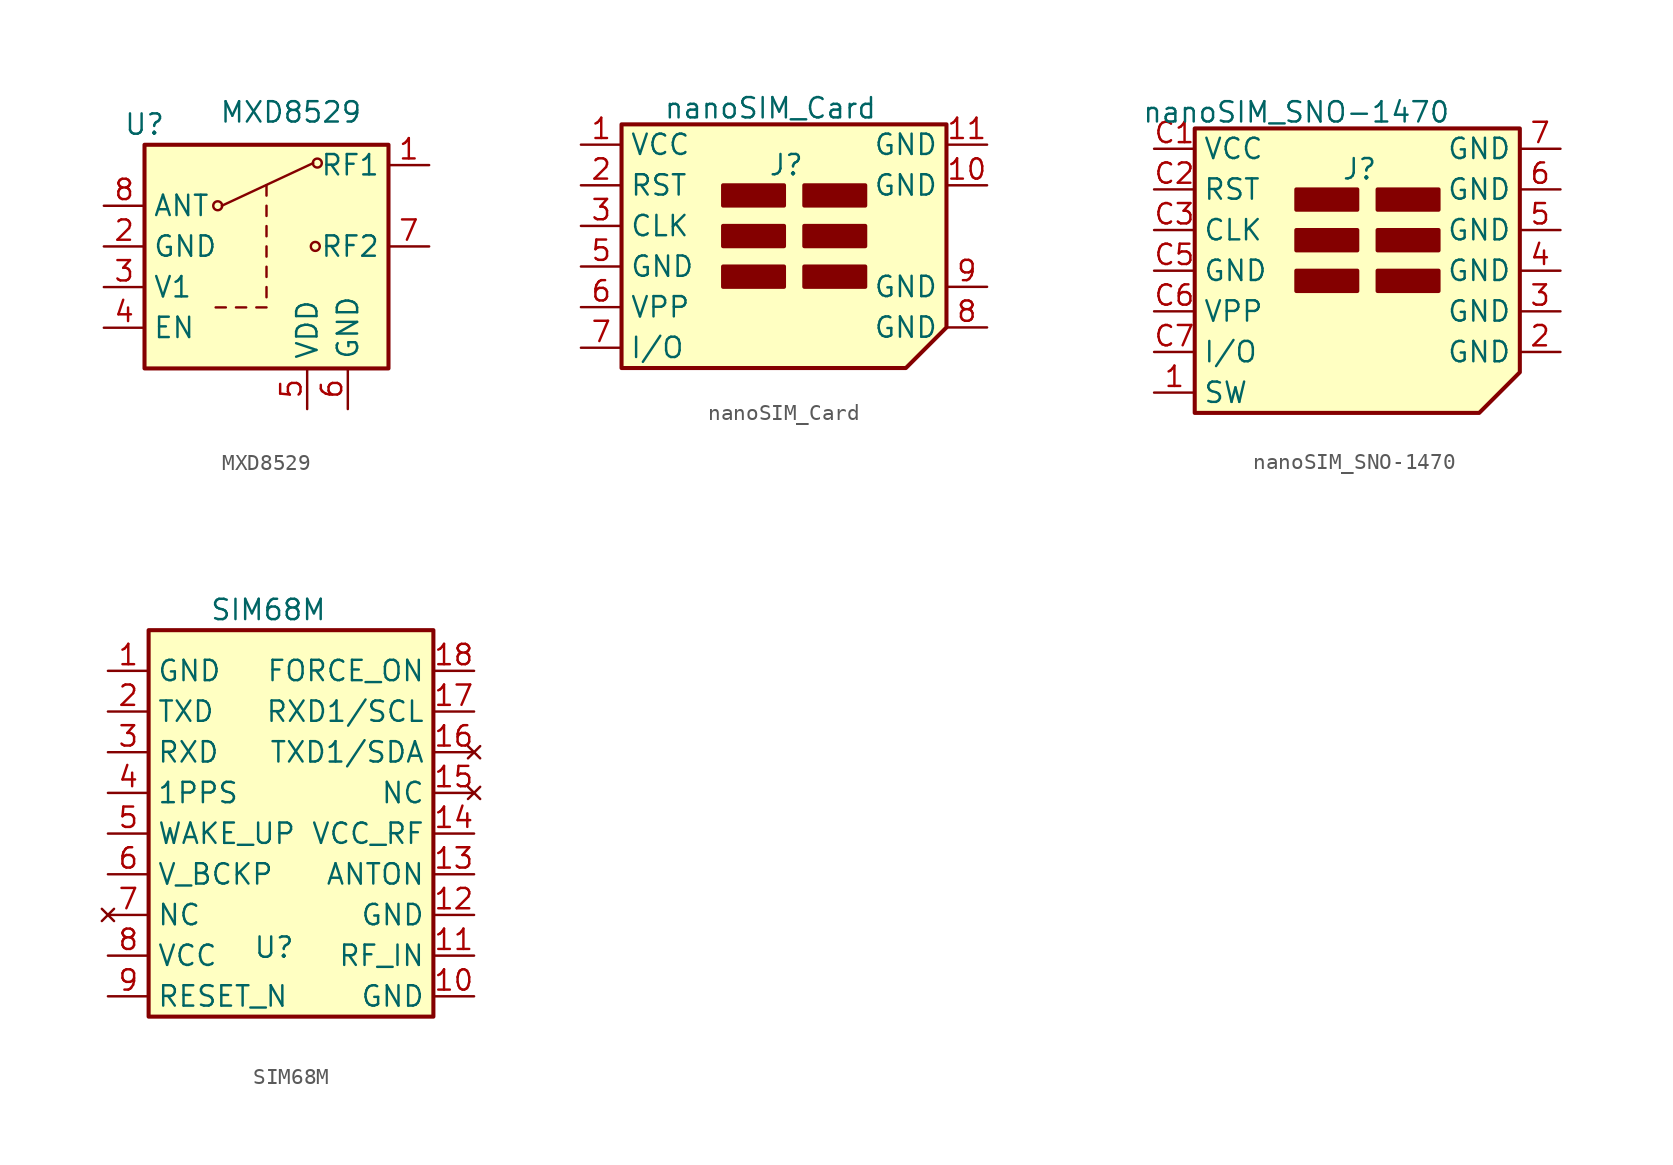
<source format=kicad_sym>
(kicad_symbol_lib
  (version 20241209)
  (generator "kicad_symbol_editor")
  (generator_version "9.0")
  (symbol "MXD8529"
    (property "Reference" "U"
      (at -7.62 7.62 0)
      (effects (font (size 1.27 1.27))))
    (property "Value" "MXD8529"
      (at 1.524 8.382 0)
      (effects (font (size 1.27 1.27))))
    (symbol "MXD8529_0_1"
      (rectangle (start -7.62 6.35) (end 7.62 -7.62) (stroke (width 0.254) (type default)) (fill (type background)))
      (polyline (pts (xy -3.175 -3.81) (xy -2.54 -3.81)) (stroke (width 0) (type default)) (fill (type none)))
      (circle (center -3.048 2.54) (radius 0.279) (stroke (width 0) (type default)) (fill (type none)))
      (polyline (pts (xy -2.794 2.54) (xy 2.921 5.207)) (stroke (width 0) (type default)) (fill (type none)))
      (polyline (pts (xy -1.905 -3.81) (xy -1.27 -3.81)) (stroke (width 0) (type default)) (fill (type none)))
      (polyline (pts (xy -0.635 -3.81) (xy 0 -3.81)) (stroke (width 0) (type default)) (fill (type none)))
      (polyline (pts (xy 0 3.175) (xy 0 3.81)) (stroke (width 0) (type default)) (fill (type none)))
      (polyline (pts (xy 0 1.905) (xy 0 2.54)) (stroke (width 0) (type default)) (fill (type none)))
      (polyline (pts (xy 0 0.635) (xy 0 1.27)) (stroke (width 0) (type default)) (fill (type none)))
      (polyline (pts (xy 0 -0.635) (xy 0 0)) (stroke (width 0) (type default)) (fill (type none)))
      (polyline (pts (xy 0 -1.905) (xy 0 -1.27)) (stroke (width 0) (type default)) (fill (type none)))
      (polyline (pts (xy 0 -3.175) (xy 0 -2.54)) (stroke (width 0) (type default)) (fill (type none)))
      (circle (center 3.048 0) (radius 0.279) (stroke (width 0) (type default)) (fill (type none)))
      (circle (center 3.175 5.207) (radius 0.279) (stroke (width 0) (type default)) (fill (type none))))
    (symbol "MXD8529_1_1"
      (pin passive line (at -10.16 2.54 0) (length 2.54) (name "ANT" (effects (font (size 1.27 1.27)))) (number "8" (effects (font (size 1.27 1.27)))))
      (pin power_in line (at -10.16 0 0) (length 2.54) (name "GND" (effects (font (size 1.27 1.27)))) (number "2" (effects (font (size 1.27 1.27)))))
      (pin input line (at -10.16 -2.54 0) (length 2.54) (name "V1" (effects (font (size 1.27 1.27)))) (number "3" (effects (font (size 1.27 1.27)))))
      (pin input line (at -10.16 -5.08 0) (length 2.54) (name "EN" (effects (font (size 1.27 1.27)))) (number "4" (effects (font (size 1.27 1.27)))))
      (pin power_in line (at 2.54 -10.16 90) (length 2.54) (name "VDD" (effects (font (size 1.27 1.27)))) (number "5" (effects (font (size 1.27 1.27)))))
      (pin power_in line (at 5.08 -10.16 90) (length 2.54) (name "GND" (effects (font (size 1.27 1.27)))) (number "6" (effects (font (size 1.27 1.27)))))
      (pin passive line (at 10.16 5.08 180) (length 2.54) (name "RF1" (effects (font (size 1.27 1.27)))) (number "1" (effects (font (size 1.27 1.27)))))
      (pin passive line (at 10.16 0 180) (length 2.54) (name "RF2" (effects (font (size 1.27 1.27)))) (number "7" (effects (font (size 1.27 1.27)))))))
  (symbol "nanoSIM_Card"
    (property "Reference" "J"
      (at 1.27 6.35 0)
      (effects (font (size 1.27 1.27)) (justify right)))
    (property "Value" "nanoSIM_Card"
      (at 5.842 9.906 0)
      (effects (font (size 1.27 1.27)) (justify right)))
    (symbol "nanoSIM_Card_0_1"
      (polyline (pts (xy -10.16 8.89) (xy 10.16 8.89) (xy 10.16 -3.81) (xy 7.62 -6.35) (xy -10.16 -6.35) (xy -10.16 8.89)) (stroke (width 0.254) (type default)) (fill (type background)))
      (rectangle (start -3.81 3.81) (end 0 5.08) (stroke (width 0.254) (type default)) (fill (type outline)))
      (rectangle (start -3.81 1.27) (end 0 2.54) (stroke (width 0.254) (type default)) (fill (type outline)))
      (rectangle (start -3.81 0) (end 0 -1.27) (stroke (width 0.254) (type default)) (fill (type outline)))
      (rectangle (start 1.27 3.81) (end 5.08 5.08) (stroke (width 0.254) (type default)) (fill (type outline)))
      (rectangle (start 1.27 2.54) (end 5.08 1.27) (stroke (width 0.254) (type default)) (fill (type outline)))
      (rectangle (start 1.27 0) (end 5.08 -1.27) (stroke (width 0.254) (type default)) (fill (type outline))))
    (symbol "nanoSIM_Card_1_1"
      (pin power_in line (at -12.7 7.62 0) (length 2.54) (name "VCC" (effects (font (size 1.27 1.27)))) (number "1" (effects (font (size 1.27 1.27)))))
      (pin input line (at -12.7 5.08 0) (length 2.54) (name "RST" (effects (font (size 1.27 1.27)))) (number "2" (effects (font (size 1.27 1.27)))))
      (pin input line (at -12.7 2.54 0) (length 2.54) (name "CLK" (effects (font (size 1.27 1.27)))) (number "3" (effects (font (size 1.27 1.27)))))
      (pin power_in line (at -12.7 0 0) (length 2.54) (name "GND" (effects (font (size 1.27 1.27)))) (number "5" (effects (font (size 1.27 1.27)))))
      (pin input line (at -12.7 -2.54 0) (length 2.54) (name "VPP" (effects (font (size 1.27 1.27)))) (number "6" (effects (font (size 1.27 1.27)))))
      (pin bidirectional line (at -12.7 -5.08 0) (length 2.54) (name "I/O" (effects (font (size 1.27 1.27)))) (number "7" (effects (font (size 1.27 1.27)))))
      (pin power_in line (at 12.7 7.62 180) (length 2.54) (name "GND" (effects (font (size 1.27 1.27)))) (number "11" (effects (font (size 1.27 1.27)))))
      (pin power_in line (at 12.7 5.08 180) (length 2.54) (name "GND" (effects (font (size 1.27 1.27)))) (number "10" (effects (font (size 1.27 1.27)))))
      (pin power_in line (at 12.7 -1.27 180) (length 2.54) (name "GND" (effects (font (size 1.27 1.27)))) (number "9" (effects (font (size 1.27 1.27)))))
      (pin power_in line (at 12.7 -3.81 180) (length 2.54) (name "GND" (effects (font (size 1.27 1.27)))) (number "8" (effects (font (size 1.27 1.27)))))))
  (symbol "nanoSIM_SNO-1470"
    (property "Reference" "J"
      (at 1.27 6.35 0)
      (effects (font (size 1.27 1.27)) (justify right)))
    (property "Value" "nanoSIM_SNO-1470"
      (at 5.842 9.906 0)
      (effects (font (size 1.27 1.27)) (justify right)))
    (symbol "nanoSIM_SNO-1470_0_1"
      (polyline (pts (xy -10.16 8.89) (xy 10.16 8.89) (xy 10.16 -6.35) (xy 7.62 -8.89) (xy -10.16 -8.89) (xy -10.16 8.89)) (stroke (width 0.254) (type default)) (fill (type background)))
      (rectangle (start -3.81 3.81) (end 0 5.08) (stroke (width 0.254) (type default)) (fill (type outline)))
      (rectangle (start -3.81 1.27) (end 0 2.54) (stroke (width 0.254) (type default)) (fill (type outline)))
      (rectangle (start -3.81 0) (end 0 -1.27) (stroke (width 0.254) (type default)) (fill (type outline)))
      (rectangle (start 1.27 3.81) (end 5.08 5.08) (stroke (width 0.254) (type default)) (fill (type outline)))
      (rectangle (start 1.27 2.54) (end 5.08 1.27) (stroke (width 0.254) (type default)) (fill (type outline)))
      (rectangle (start 1.27 0) (end 5.08 -1.27) (stroke (width 0.254) (type default)) (fill (type outline))))
    (symbol "nanoSIM_SNO-1470_1_1"
      (pin power_in line (at -12.7 7.62 0) (length 2.54) (name "VCC" (effects (font (size 1.27 1.27)))) (number "C1" (effects (font (size 1.27 1.27)))))
      (pin input line (at -12.7 5.08 0) (length 2.54) (name "RST" (effects (font (size 1.27 1.27)))) (number "C2" (effects (font (size 1.27 1.27)))))
      (pin input line (at -12.7 2.54 0) (length 2.54) (name "CLK" (effects (font (size 1.27 1.27)))) (number "C3" (effects (font (size 1.27 1.27)))))
      (pin power_in line (at -12.7 0 0) (length 2.54) (name "GND" (effects (font (size 1.27 1.27)))) (number "C5" (effects (font (size 1.27 1.27)))))
      (pin input line (at -12.7 -2.54 0) (length 2.54) (name "VPP" (effects (font (size 1.27 1.27)))) (number "C6" (effects (font (size 1.27 1.27)))))
      (pin bidirectional line (at -12.7 -5.08 0) (length 2.54) (name "I/O" (effects (font (size 1.27 1.27)))) (number "C7" (effects (font (size 1.27 1.27)))))
      (pin passive line (at -12.7 -7.62 0) (length 2.54) (name "SW" (effects (font (size 1.27 1.27)))) (number "1" (effects (font (size 1.27 1.27)))))
      (pin power_in line (at 12.7 7.62 180) (length 2.54) (name "GND" (effects (font (size 1.27 1.27)))) (number "7" (effects (font (size 1.27 1.27)))))
      (pin power_in line (at 12.7 5.08 180) (length 2.54) (name "GND" (effects (font (size 1.27 1.27)))) (number "6" (effects (font (size 1.27 1.27)))))
      (pin power_in line (at 12.7 2.54 180) (length 2.54) (name "GND" (effects (font (size 1.27 1.27)))) (number "5" (effects (font (size 1.27 1.27)))))
      (pin power_in line (at 12.7 0 180) (length 2.54) (name "GND" (effects (font (size 1.27 1.27)))) (number "4" (effects (font (size 1.27 1.27)))))
      (pin power_in line (at 12.7 -2.54 180) (length 2.54) (name "GND" (effects (font (size 1.27 1.27)))) (number "3" (effects (font (size 1.27 1.27)))))
      (pin power_in line (at 12.7 -5.08 180) (length 2.54) (name "GND" (effects (font (size 1.27 1.27)))) (number "2" (effects (font (size 1.27 1.27)))))))
  (symbol "SIM68M"
    (property "Reference" "U"
      (at 1.524 -9.652 0)
      (effects (font (size 1.27 1.27)) (justify right)))
    (property "Value" "SIM68M"
      (at -3.81 11.43 0)
      (effects (font (size 1.27 1.27)) (justify left)))
    (symbol "SIM68M_0_1"
      (rectangle (start -7.62 10.16) (end 10.16 -13.97) (stroke (width 0.254) (type default)) (fill (type background))))
    (symbol "SIM68M_1_1"
      (pin power_in line (at -10.16 7.62 0) (length 2.54) (name "GND" (effects (font (size 1.27 1.27)))) (number "1" (effects (font (size 1.27 1.27)))))
      (pin passive line (at -10.16 5.08 0) (length 2.54) (name "TXD" (effects (font (size 1.27 1.27)))) (number "2" (effects (font (size 1.27 1.27)))))
      (pin passive line (at -10.16 2.54 0) (length 2.54) (name "RXD" (effects (font (size 1.27 1.27)))) (number "3" (effects (font (size 1.27 1.27)))))
      (pin passive line (at -10.16 0 0) (length 2.54) (name "1PPS" (effects (font (size 1.27 1.27)))) (number "4" (effects (font (size 1.27 1.27)))))
      (pin passive line (at -10.16 -2.54 0) (length 2.54) (name "WAKE_UP" (effects (font (size 1.27 1.27)))) (number "5" (effects (font (size 1.27 1.27)))))
      (pin passive line (at -10.16 -5.08 0) (length 2.54) (name "V_BCKP" (effects (font (size 1.27 1.27)))) (number "6" (effects (font (size 1.27 1.27)))))
      (pin no_connect line (at -10.16 -7.62 0) (length 2.54) (name "NC" (effects (font (size 1.27 1.27)))) (number "7" (effects (font (size 1.27 1.27)))))
      (pin power_in line (at -10.16 -10.16 0) (length 2.54) (name "VCC" (effects (font (size 1.27 1.27)))) (number "8" (effects (font (size 1.27 1.27)))))
      (pin passive line (at -10.16 -12.7 0) (length 2.54) (name "RESET_N" (effects (font (size 1.27 1.27)))) (number "9" (effects (font (size 1.27 1.27)))))
      (pin passive line (at 12.7 7.62 180) (length 2.54) (name "FORCE_ON" (effects (font (size 1.27 1.27)))) (number "18" (effects (font (size 1.27 1.27)))))
      (pin passive line (at 12.7 5.08 180) (length 2.54) (name "RXD1/SCL" (effects (font (size 1.27 1.27)))) (number "17" (effects (font (size 1.27 1.27)))))
      (pin no_connect line (at 12.7 2.54 180) (length 2.54) (name "TXD1/SDA" (effects (font (size 1.27 1.27)))) (number "16" (effects (font (size 1.27 1.27)))))
      (pin no_connect line (at 12.7 0 180) (length 2.54) (name "NC" (effects (font (size 1.27 1.27)))) (number "15" (effects (font (size 1.27 1.27)))))
      (pin power_in line (at 12.7 -2.54 180) (length 2.54) (name "VCC_RF" (effects (font (size 1.27 1.27)))) (number "14" (effects (font (size 1.27 1.27)))))
      (pin passive line (at 12.7 -5.08 180) (length 2.54) (name "ANTON" (effects (font (size 1.27 1.27)))) (number "13" (effects (font (size 1.27 1.27)))))
      (pin power_in line (at 12.7 -7.62 180) (length 2.54) (name "GND" (effects (font (size 1.27 1.27)))) (number "12" (effects (font (size 1.27 1.27)))))
      (pin passive line (at 12.7 -10.16 180) (length 2.54) (name "RF_IN" (effects (font (size 1.27 1.27)))) (number "11" (effects (font (size 1.27 1.27)))))
      (pin power_in line (at 12.7 -12.7 180) (length 2.54) (name "GND" (effects (font (size 1.27 1.27)))) (number "10" (effects (font (size 1.27 1.27))))))))
</source>
